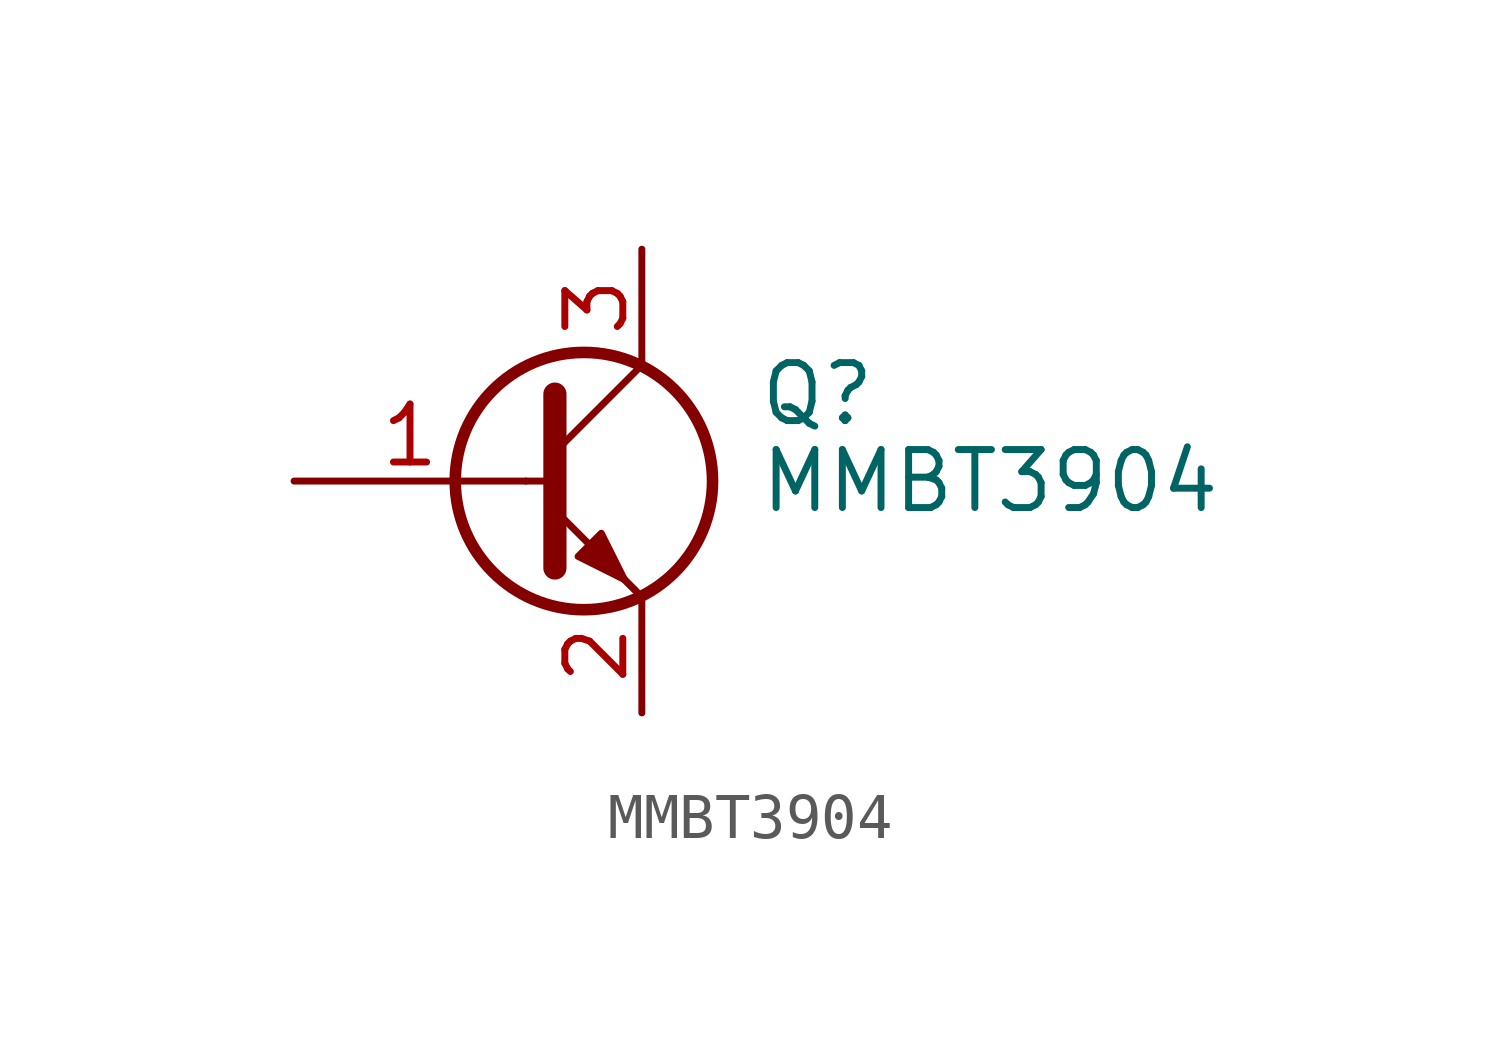
<source format=kicad_sym>
(kicad_symbol_lib
  (version 20211014)
  (generator kicad_symbol_editor)
  (symbol "MMBT3904"
    (pin_names
      (offset 0) hide)
    (property "Reference" "Q"
      (at 5.08 1.905 0)
      (effects (font (size 1.27 1.27)) (justify left)))
    (property "Value" "MMBT3904"
      (at 5.08 0 0)
      (effects (font (size 1.27 1.27)) (justify left)))
    (symbol "MMBT3904_0_1"
      (polyline (pts (xy 0 0) (xy 0.635 0)) (stroke (width 0) (type default) (color 0 0 0 0)) (fill (type none)))
      (polyline (pts (xy 2.54 -2.54) (xy 0.635 -0.635)) (stroke (width 0) (type default) (color 0 0 0 0)) (fill (type none)))
      (polyline (pts (xy 2.54 2.54) (xy 0.635 0.635)) (stroke (width 0) (type default) (color 0 0 0 0)) (fill (type none)))
      (polyline (pts (xy 0.635 1.905) (xy 0.635 -1.905) (xy 0.635 -1.905)) (stroke (width 0.508) (type default) (color 0 0 0 0)) (fill (type none)))
      (polyline (pts (xy 2.413 -2.413) (xy 1.905 -1.905) (xy 1.905 -1.905)) (stroke (width 0) (type default) (color 0 0 0 0)) (fill (type none)))
      (polyline (pts (xy 1.143 -1.651) (xy 1.651 -1.143) (xy 2.159 -2.159) (xy 1.143 -1.651) (xy 1.143 -1.651)) (stroke (width 0) (type default) (color 0 0 0 0)) (fill (type outline)))
      (circle (center 1.27 0) (radius 2.819) (stroke (width 0.254) (type default) (color 0 0 0 0)) (fill (type none))))
    (symbol "MMBT3904_1_1"
      (pin input line (at -5.08 0 0) (length 5.08) (name "B" (effects (font (size 1.27 1.27)))) (number "1" (effects (font (size 1.27 1.27)))))
      (pin passive line (at 2.54 -5.08 90) (length 2.54) (name "E" (effects (font (size 1.27 1.27)))) (number "2" (effects (font (size 1.27 1.27)))))
      (pin passive line (at 2.54 5.08 270) (length 2.54) (name "C" (effects (font (size 1.27 1.27)))) (number "3" (effects (font (size 1.27 1.27))))))))
</source>
